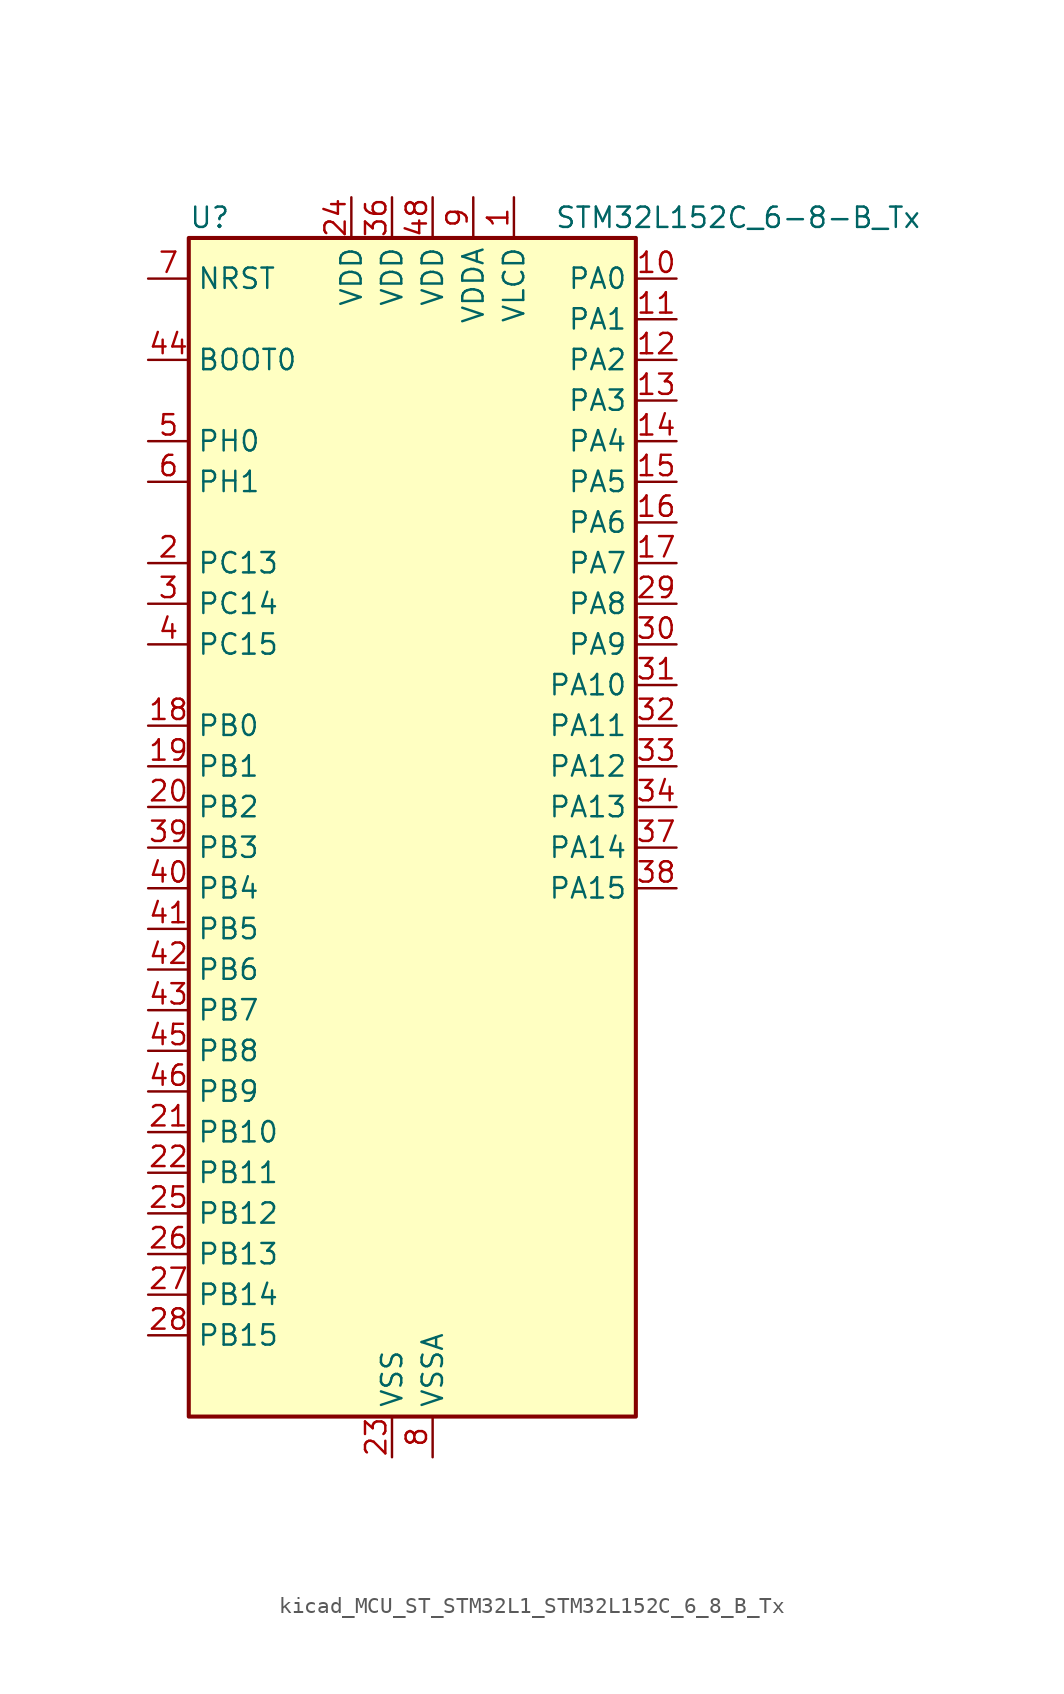
<source format=kicad_sym>
(kicad_symbol_lib
  (version 20220914)
  (generator kicad_symbol_editor)
  (symbol "kicad_MCU_ST_STM32L1_STM32L152C_6_8_B_Tx"
    (property "Reference" "U"
      (at -12.7 39.37 0)
      (effects (font (size 1.27 1.27)) (justify left)))
    (property "Value" "STM32L152C_6-8-B_Tx"
      (at 10.16 39.37 0)
      (effects (font (size 1.27 1.27)) (justify left)))
    (property "ki_locked" ""
      (at 0 0 0)
      (effects (font (size 1.27 1.27))))
    (symbol "kicad_MCU_ST_STM32L1_STM32L152C_6_8_B_Tx_0_1"
      (rectangle (start -12.7 -35.56) (end 15.24 38.1) (stroke (width 0.254) (type default)) (fill (type background))))
    (symbol "kicad_MCU_ST_STM32L1_STM32L152C_6_8_B_Tx_1_1"
      (pin power_in line (at 7.62 40.64 270) (length 2.54) (name "VLCD" (effects (font (size 1.27 1.27)))) (number "1" (effects (font (size 1.27 1.27)))))
      (pin bidirectional line (at 17.78 35.56 180) (length 2.54) (name "PA0" (effects (font (size 1.27 1.27)))) (number "10" (effects (font (size 1.27 1.27)))) (alternate "ADC_IN0" bidirectional line) (alternate "COMP1_INP" bidirectional line) (alternate "SYS_WKUP1" bidirectional line) (alternate "TIM2_CH1" bidirectional line) (alternate "TIM2_ETR" bidirectional line) (alternate "TIMX_IC1" bidirectional line) (alternate "TS_G1_IO1" bidirectional line) (alternate "USART2_CTS" bidirectional line))
      (pin bidirectional line (at 17.78 33.02 180) (length 2.54) (name "PA1" (effects (font (size 1.27 1.27)))) (number "11" (effects (font (size 1.27 1.27)))) (alternate "ADC_IN1" bidirectional line) (alternate "COMP1_INP" bidirectional line) (alternate "LCD_SEG0" bidirectional line) (alternate "TIM2_CH2" bidirectional line) (alternate "TIMX_IC2" bidirectional line) (alternate "TS_G1_IO2" bidirectional line) (alternate "USART2_RTS" bidirectional line))
      (pin bidirectional line (at 17.78 30.48 180) (length 2.54) (name "PA2" (effects (font (size 1.27 1.27)))) (number "12" (effects (font (size 1.27 1.27)))) (alternate "ADC_IN2" bidirectional line) (alternate "COMP1_INP" bidirectional line) (alternate "LCD_SEG1" bidirectional line) (alternate "TIM2_CH3" bidirectional line) (alternate "TIM9_CH1" bidirectional line) (alternate "TIMX_IC3" bidirectional line) (alternate "TS_G1_IO3" bidirectional line) (alternate "USART2_TX" bidirectional line))
      (pin bidirectional line (at 17.78 27.94 180) (length 2.54) (name "PA3" (effects (font (size 1.27 1.27)))) (number "13" (effects (font (size 1.27 1.27)))) (alternate "ADC_IN3" bidirectional line) (alternate "COMP1_INP" bidirectional line) (alternate "LCD_SEG2" bidirectional line) (alternate "TIM2_CH4" bidirectional line) (alternate "TIM9_CH2" bidirectional line) (alternate "TIMX_IC4" bidirectional line) (alternate "TS_G1_IO4" bidirectional line) (alternate "USART2_RX" bidirectional line))
      (pin bidirectional line (at 17.78 25.4 180) (length 2.54) (name "PA4" (effects (font (size 1.27 1.27)))) (number "14" (effects (font (size 1.27 1.27)))) (alternate "ADC_IN4" bidirectional line) (alternate "COMP1_INP" bidirectional line) (alternate "DAC_OUT1" bidirectional line) (alternate "SPI1_NSS" bidirectional line) (alternate "TIMX_IC1" bidirectional line) (alternate "USART2_CK" bidirectional line))
      (pin bidirectional line (at 17.78 22.86 180) (length 2.54) (name "PA5" (effects (font (size 1.27 1.27)))) (number "15" (effects (font (size 1.27 1.27)))) (alternate "ADC_IN5" bidirectional line) (alternate "COMP1_INP" bidirectional line) (alternate "DAC_OUT2" bidirectional line) (alternate "SPI1_SCK" bidirectional line) (alternate "TIM2_CH1" bidirectional line) (alternate "TIM2_ETR" bidirectional line) (alternate "TIMX_IC2" bidirectional line))
      (pin bidirectional line (at 17.78 20.32 180) (length 2.54) (name "PA6" (effects (font (size 1.27 1.27)))) (number "16" (effects (font (size 1.27 1.27)))) (alternate "ADC_IN6" bidirectional line) (alternate "COMP1_INP" bidirectional line) (alternate "LCD_SEG3" bidirectional line) (alternate "SPI1_MISO" bidirectional line) (alternate "TIM10_CH1" bidirectional line) (alternate "TIM3_CH1" bidirectional line) (alternate "TIMX_IC3" bidirectional line) (alternate "TS_G2_IO1" bidirectional line))
      (pin bidirectional line (at 17.78 17.78 180) (length 2.54) (name "PA7" (effects (font (size 1.27 1.27)))) (number "17" (effects (font (size 1.27 1.27)))) (alternate "ADC_IN7" bidirectional line) (alternate "COMP1_INP" bidirectional line) (alternate "LCD_SEG4" bidirectional line) (alternate "SPI1_MOSI" bidirectional line) (alternate "TIM11_CH1" bidirectional line) (alternate "TIM3_CH2" bidirectional line) (alternate "TIMX_IC4" bidirectional line) (alternate "TS_G2_IO2" bidirectional line))
      (pin bidirectional line (at -15.24 7.62 0) (length 2.54) (name "PB0" (effects (font (size 1.27 1.27)))) (number "18" (effects (font (size 1.27 1.27)))) (alternate "ADC_IN8" bidirectional line) (alternate "COMP1_INP" bidirectional line) (alternate "LCD_SEG5" bidirectional line) (alternate "SYS_V_REF_OUT" bidirectional line) (alternate "TIM3_CH3" bidirectional line) (alternate "TS_G3_IO1" bidirectional line))
      (pin bidirectional line (at -15.24 5.08 0) (length 2.54) (name "PB1" (effects (font (size 1.27 1.27)))) (number "19" (effects (font (size 1.27 1.27)))) (alternate "ADC_IN9" bidirectional line) (alternate "COMP1_INP" bidirectional line) (alternate "LCD_SEG6" bidirectional line) (alternate "SYS_V_REF_OUT" bidirectional line) (alternate "TIM3_CH4" bidirectional line) (alternate "TS_G3_IO2" bidirectional line))
      (pin bidirectional line (at -15.24 17.78 0) (length 2.54) (name "PC13" (effects (font (size 1.27 1.27)))) (number "2" (effects (font (size 1.27 1.27)))) (alternate "RTC_OUT_ALARM" bidirectional line) (alternate "RTC_OUT_CALIB" bidirectional line) (alternate "RTC_TAMP1" bidirectional line) (alternate "RTC_TS" bidirectional line) (alternate "SYS_WKUP2" bidirectional line) (alternate "TIMX_IC2" bidirectional line))
      (pin bidirectional line (at -15.24 2.54 0) (length 2.54) (name "PB2" (effects (font (size 1.27 1.27)))) (number "20" (effects (font (size 1.27 1.27)))))
      (pin bidirectional line (at -15.24 -17.78 0) (length 2.54) (name "PB10" (effects (font (size 1.27 1.27)))) (number "21" (effects (font (size 1.27 1.27)))) (alternate "I2C2_SCL" bidirectional line) (alternate "LCD_SEG10" bidirectional line) (alternate "TIM2_CH3" bidirectional line) (alternate "USART3_TX" bidirectional line))
      (pin bidirectional line (at -15.24 -20.32 0) (length 2.54) (name "PB11" (effects (font (size 1.27 1.27)))) (number "22" (effects (font (size 1.27 1.27)))) (alternate "ADC_EXTI11" bidirectional line) (alternate "I2C2_SDA" bidirectional line) (alternate "LCD_SEG11" bidirectional line) (alternate "TIM2_CH4" bidirectional line) (alternate "USART3_RX" bidirectional line))
      (pin power_in line (at 0 -38.1 90) (length 2.54) (name "VSS" (effects (font (size 1.27 1.27)))) (number "23" (effects (font (size 1.27 1.27)))))
      (pin power_in line (at -2.54 40.64 270) (length 2.54) (name "VDD" (effects (font (size 1.27 1.27)))) (number "24" (effects (font (size 1.27 1.27)))))
      (pin bidirectional line (at -15.24 -22.86 0) (length 2.54) (name "PB12" (effects (font (size 1.27 1.27)))) (number "25" (effects (font (size 1.27 1.27)))) (alternate "ADC_IN18" bidirectional line) (alternate "COMP1_INP" bidirectional line) (alternate "I2C2_SMBA" bidirectional line) (alternate "LCD_SEG12" bidirectional line) (alternate "SPI2_NSS" bidirectional line) (alternate "TIM10_CH1" bidirectional line) (alternate "TS_G7_IO1" bidirectional line) (alternate "USART3_CK" bidirectional line))
      (pin bidirectional line (at -15.24 -25.4 0) (length 2.54) (name "PB13" (effects (font (size 1.27 1.27)))) (number "26" (effects (font (size 1.27 1.27)))) (alternate "ADC_IN19" bidirectional line) (alternate "COMP1_INP" bidirectional line) (alternate "LCD_SEG13" bidirectional line) (alternate "SPI2_SCK" bidirectional line) (alternate "TIM9_CH1" bidirectional line) (alternate "TS_G7_IO2" bidirectional line) (alternate "USART3_CTS" bidirectional line))
      (pin bidirectional line (at -15.24 -27.94 0) (length 2.54) (name "PB14" (effects (font (size 1.27 1.27)))) (number "27" (effects (font (size 1.27 1.27)))) (alternate "ADC_IN20" bidirectional line) (alternate "COMP1_INP" bidirectional line) (alternate "LCD_SEG14" bidirectional line) (alternate "SPI2_MISO" bidirectional line) (alternate "TIM9_CH2" bidirectional line) (alternate "TS_G7_IO3" bidirectional line) (alternate "USART3_RTS" bidirectional line))
      (pin bidirectional line (at -15.24 -30.48 0) (length 2.54) (name "PB15" (effects (font (size 1.27 1.27)))) (number "28" (effects (font (size 1.27 1.27)))) (alternate "ADC_EXTI15" bidirectional line) (alternate "ADC_IN21" bidirectional line) (alternate "COMP1_INP" bidirectional line) (alternate "LCD_SEG15" bidirectional line) (alternate "RTC_REFIN" bidirectional line) (alternate "SPI2_MOSI" bidirectional line) (alternate "TIM11_CH1" bidirectional line) (alternate "TS_G7_IO4" bidirectional line))
      (pin bidirectional line (at 17.78 15.24 180) (length 2.54) (name "PA8" (effects (font (size 1.27 1.27)))) (number "29" (effects (font (size 1.27 1.27)))) (alternate "LCD_COM0" bidirectional line) (alternate "RCC_MCO" bidirectional line) (alternate "TIMX_IC1" bidirectional line) (alternate "TS_G4_IO1" bidirectional line) (alternate "USART1_CK" bidirectional line))
      (pin bidirectional line (at -15.24 15.24 0) (length 2.54) (name "PC14" (effects (font (size 1.27 1.27)))) (number "3" (effects (font (size 1.27 1.27)))) (alternate "RCC_OSC32_IN" bidirectional line) (alternate "TIMX_IC3" bidirectional line))
      (pin bidirectional line (at 17.78 12.7 180) (length 2.54) (name "PA9" (effects (font (size 1.27 1.27)))) (number "30" (effects (font (size 1.27 1.27)))) (alternate "DAC_EXTI9" bidirectional line) (alternate "LCD_COM1" bidirectional line) (alternate "TIMX_IC2" bidirectional line) (alternate "TS_G4_IO2" bidirectional line) (alternate "USART1_TX" bidirectional line))
      (pin bidirectional line (at 17.78 10.16 180) (length 2.54) (name "PA10" (effects (font (size 1.27 1.27)))) (number "31" (effects (font (size 1.27 1.27)))) (alternate "LCD_COM2" bidirectional line) (alternate "TIMX_IC3" bidirectional line) (alternate "TS_G4_IO3" bidirectional line) (alternate "USART1_RX" bidirectional line))
      (pin bidirectional line (at 17.78 7.62 180) (length 2.54) (name "PA11" (effects (font (size 1.27 1.27)))) (number "32" (effects (font (size 1.27 1.27)))) (alternate "ADC_EXTI11" bidirectional line) (alternate "SPI1_MISO" bidirectional line) (alternate "TIMX_IC4" bidirectional line) (alternate "USART1_CTS" bidirectional line) (alternate "USB_DM" bidirectional line))
      (pin bidirectional line (at 17.78 5.08 180) (length 2.54) (name "PA12" (effects (font (size 1.27 1.27)))) (number "33" (effects (font (size 1.27 1.27)))) (alternate "SPI1_MOSI" bidirectional line) (alternate "TIMX_IC1" bidirectional line) (alternate "USART1_RTS" bidirectional line) (alternate "USB_DP" bidirectional line))
      (pin bidirectional line (at 17.78 2.54 180) (length 2.54) (name "PA13" (effects (font (size 1.27 1.27)))) (number "34" (effects (font (size 1.27 1.27)))) (alternate "SYS_JTMS-SWDIO" bidirectional line) (alternate "TIMX_IC2" bidirectional line) (alternate "TS_G5_IO1" bidirectional line))
      (pin passive line (at 0 -38.1 90) (length 2.54) hide (name "VSS" (effects (font (size 1.27 1.27)))) (number "35" (effects (font (size 1.27 1.27)))))
      (pin power_in line (at 0 40.64 270) (length 2.54) (name "VDD" (effects (font (size 1.27 1.27)))) (number "36" (effects (font (size 1.27 1.27)))))
      (pin bidirectional line (at 17.78 0 180) (length 2.54) (name "PA14" (effects (font (size 1.27 1.27)))) (number "37" (effects (font (size 1.27 1.27)))) (alternate "SYS_JTCK-SWCLK" bidirectional line) (alternate "TIMX_IC3" bidirectional line) (alternate "TS_G5_IO2" bidirectional line))
      (pin bidirectional line (at 17.78 -2.54 180) (length 2.54) (name "PA15" (effects (font (size 1.27 1.27)))) (number "38" (effects (font (size 1.27 1.27)))) (alternate "ADC_EXTI15" bidirectional line) (alternate "LCD_SEG17" bidirectional line) (alternate "SPI1_NSS" bidirectional line) (alternate "SYS_JTDI" bidirectional line) (alternate "TIM2_CH1" bidirectional line) (alternate "TIM2_ETR" bidirectional line) (alternate "TIMX_IC4" bidirectional line) (alternate "TS_G5_IO3" bidirectional line))
      (pin bidirectional line (at -15.24 0 0) (length 2.54) (name "PB3" (effects (font (size 1.27 1.27)))) (number "39" (effects (font (size 1.27 1.27)))) (alternate "COMP2_INM" bidirectional line) (alternate "LCD_SEG7" bidirectional line) (alternate "SPI1_SCK" bidirectional line) (alternate "SYS_JTDO-TRACESWO" bidirectional line) (alternate "TIM2_CH2" bidirectional line))
      (pin bidirectional line (at -15.24 12.7 0) (length 2.54) (name "PC15" (effects (font (size 1.27 1.27)))) (number "4" (effects (font (size 1.27 1.27)))) (alternate "ADC_EXTI15" bidirectional line) (alternate "RCC_OSC32_OUT" bidirectional line) (alternate "TIMX_IC4" bidirectional line))
      (pin bidirectional line (at -15.24 -2.54 0) (length 2.54) (name "PB4" (effects (font (size 1.27 1.27)))) (number "40" (effects (font (size 1.27 1.27)))) (alternate "COMP2_INP" bidirectional line) (alternate "LCD_SEG8" bidirectional line) (alternate "SPI1_MISO" bidirectional line) (alternate "SYS_JTRST" bidirectional line) (alternate "TIM3_CH1" bidirectional line) (alternate "TS_G6_IO1" bidirectional line))
      (pin bidirectional line (at -15.24 -5.08 0) (length 2.54) (name "PB5" (effects (font (size 1.27 1.27)))) (number "41" (effects (font (size 1.27 1.27)))) (alternate "COMP2_INP" bidirectional line) (alternate "I2C1_SMBA" bidirectional line) (alternate "LCD_SEG9" bidirectional line) (alternate "SPI1_MOSI" bidirectional line) (alternate "TIM3_CH2" bidirectional line) (alternate "TS_G6_IO2" bidirectional line))
      (pin bidirectional line (at -15.24 -7.62 0) (length 2.54) (name "PB6" (effects (font (size 1.27 1.27)))) (number "42" (effects (font (size 1.27 1.27)))) (alternate "I2C1_SCL" bidirectional line) (alternate "TIM4_CH1" bidirectional line) (alternate "USART1_TX" bidirectional line))
      (pin bidirectional line (at -15.24 -10.16 0) (length 2.54) (name "PB7" (effects (font (size 1.27 1.27)))) (number "43" (effects (font (size 1.27 1.27)))) (alternate "I2C1_SDA" bidirectional line) (alternate "SYS_PVD_IN" bidirectional line) (alternate "TIM4_CH2" bidirectional line) (alternate "USART1_RX" bidirectional line))
      (pin input line (at -15.24 30.48 0) (length 2.54) (name "BOOT0" (effects (font (size 1.27 1.27)))) (number "44" (effects (font (size 1.27 1.27)))))
      (pin bidirectional line (at -15.24 -12.7 0) (length 2.54) (name "PB8" (effects (font (size 1.27 1.27)))) (number "45" (effects (font (size 1.27 1.27)))) (alternate "I2C1_SCL" bidirectional line) (alternate "LCD_SEG16" bidirectional line) (alternate "TIM10_CH1" bidirectional line) (alternate "TIM4_CH3" bidirectional line))
      (pin bidirectional line (at -15.24 -15.24 0) (length 2.54) (name "PB9" (effects (font (size 1.27 1.27)))) (number "46" (effects (font (size 1.27 1.27)))) (alternate "DAC_EXTI9" bidirectional line) (alternate "I2C1_SDA" bidirectional line) (alternate "LCD_COM3" bidirectional line) (alternate "TIM11_CH1" bidirectional line) (alternate "TIM4_CH4" bidirectional line))
      (pin passive line (at 0 -38.1 90) (length 2.54) hide (name "VSS" (effects (font (size 1.27 1.27)))) (number "47" (effects (font (size 1.27 1.27)))))
      (pin power_in line (at 2.54 40.64 270) (length 2.54) (name "VDD" (effects (font (size 1.27 1.27)))) (number "48" (effects (font (size 1.27 1.27)))))
      (pin bidirectional line (at -15.24 25.4 0) (length 2.54) (name "PH0" (effects (font (size 1.27 1.27)))) (number "5" (effects (font (size 1.27 1.27)))) (alternate "RCC_OSC_IN" bidirectional line))
      (pin bidirectional line (at -15.24 22.86 0) (length 2.54) (name "PH1" (effects (font (size 1.27 1.27)))) (number "6" (effects (font (size 1.27 1.27)))) (alternate "RCC_OSC_OUT" bidirectional line))
      (pin input line (at -15.24 35.56 0) (length 2.54) (name "NRST" (effects (font (size 1.27 1.27)))) (number "7" (effects (font (size 1.27 1.27)))))
      (pin power_in line (at 2.54 -38.1 90) (length 2.54) (name "VSSA" (effects (font (size 1.27 1.27)))) (number "8" (effects (font (size 1.27 1.27)))))
      (pin power_in line (at 5.08 40.64 270) (length 2.54) (name "VDDA" (effects (font (size 1.27 1.27)))) (number "9" (effects (font (size 1.27 1.27))))))))
</source>
